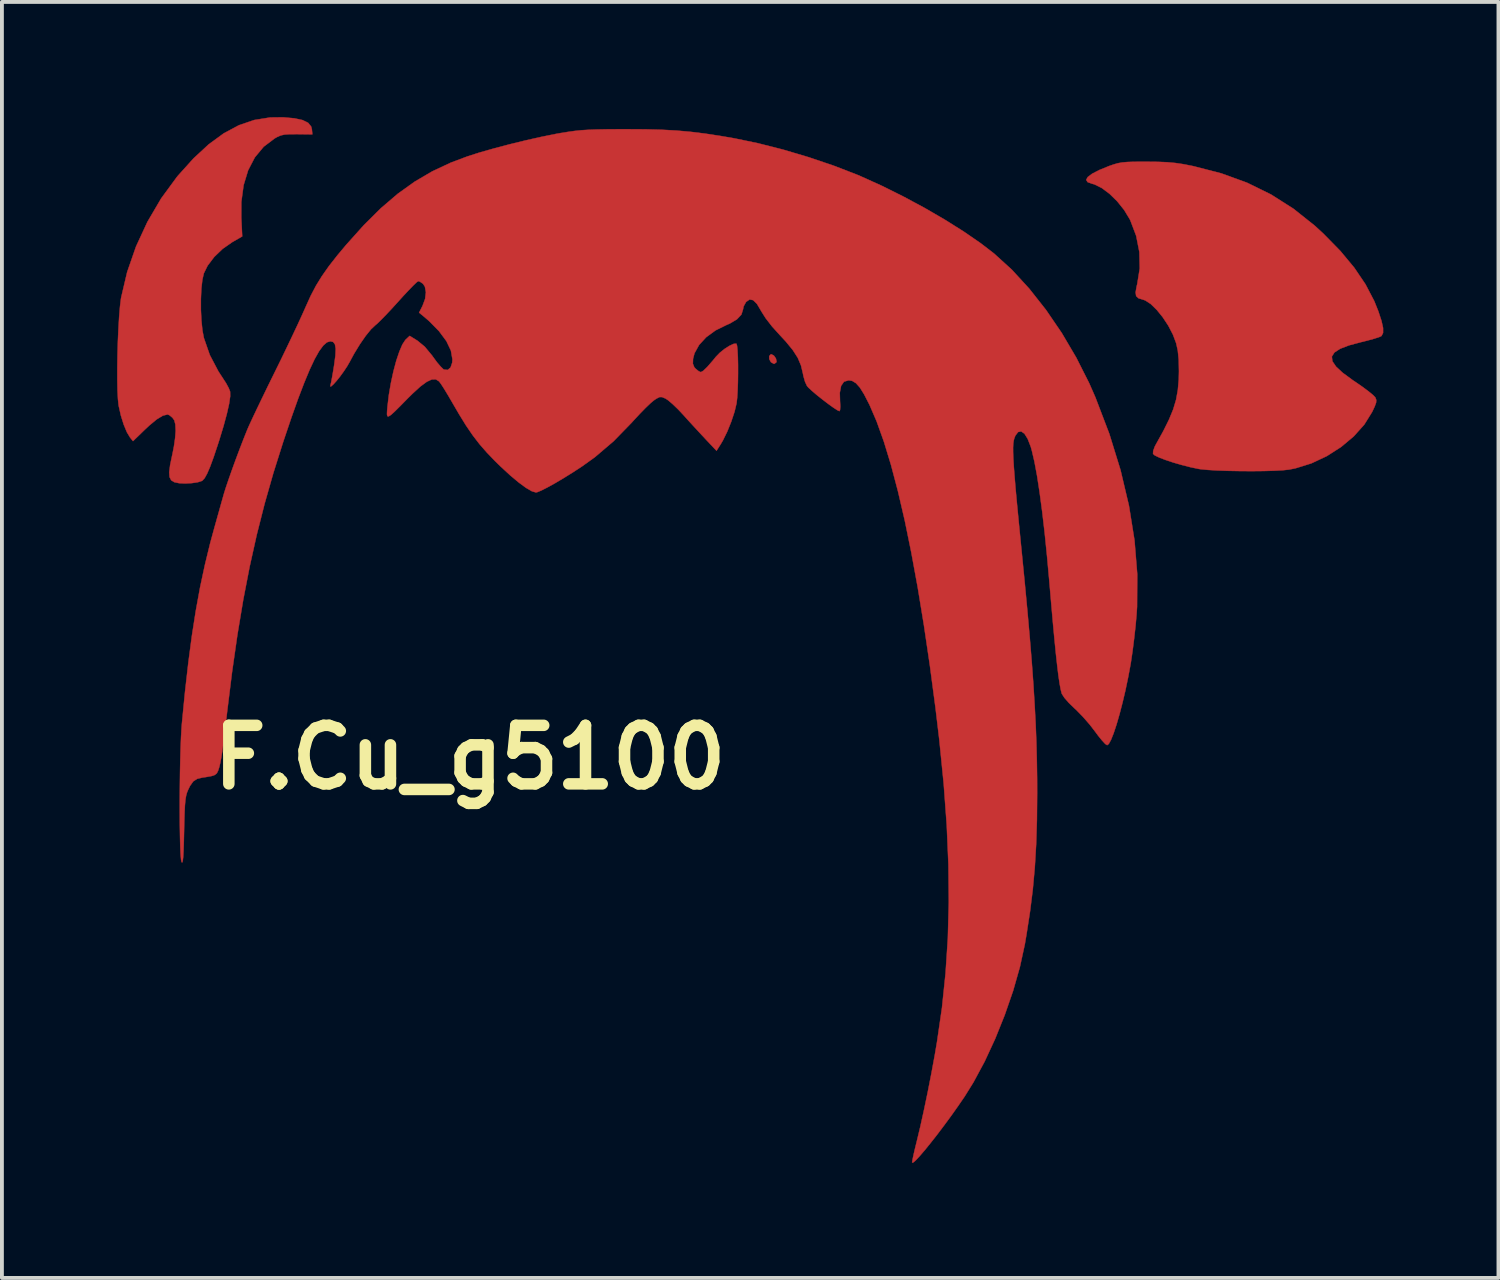
<source format=kicad_pcb>
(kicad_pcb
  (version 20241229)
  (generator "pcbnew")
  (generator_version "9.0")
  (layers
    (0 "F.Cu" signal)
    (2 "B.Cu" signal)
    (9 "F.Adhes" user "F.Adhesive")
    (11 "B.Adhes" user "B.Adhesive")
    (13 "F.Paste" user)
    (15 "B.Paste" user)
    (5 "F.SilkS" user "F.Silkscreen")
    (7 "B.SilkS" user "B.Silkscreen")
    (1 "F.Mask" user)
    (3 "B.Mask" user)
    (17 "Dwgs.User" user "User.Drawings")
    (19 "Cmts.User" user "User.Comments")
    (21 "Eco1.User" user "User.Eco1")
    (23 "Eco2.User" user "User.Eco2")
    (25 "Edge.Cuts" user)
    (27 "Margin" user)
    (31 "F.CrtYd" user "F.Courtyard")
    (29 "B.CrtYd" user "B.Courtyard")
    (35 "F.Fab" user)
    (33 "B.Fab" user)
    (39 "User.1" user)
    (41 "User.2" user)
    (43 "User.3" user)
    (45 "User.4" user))
  (footprint "F.Cu_g5100"
    (layer "F.Cu")
    (at 9.187 16.675)
    (property "Reference" "F.Cu_g5100" (at 0 0 0) (layer "F.SilkS") (effects (font (size 1.524 1.524) (thickness 0.3))))
    (attr through_hole)
    (fp_poly (pts (xy 7.918 -10.464) (xy 7.971 -10.388) (xy 7.987 -10.308) (xy 7.979 -10.286) (xy 7.923 -10.247) (xy 7.848 -10.288) (xy 7.84 -10.295) (xy 7.797 -10.373) (xy 7.796 -10.451) (xy 7.836 -10.496) (xy 7.851 -10.499) (xy 7.918 -10.464)) (stroke (width 0.01) (type solid)) (fill yes) (layer "F.Cu"))
    (fp_poly (pts (xy -4.572 -16.644) (xy -4.356 -16.597) (xy -4.212 -16.526) (xy -4.133 -16.429) (xy -4.115 -16.358) (xy -4.102 -16.226) (xy -4.496 -16.231) (xy -4.689 -16.23) (xy -4.824 -16.221) (xy -4.925 -16.198) (xy -5.02 -16.157) (xy -5.086 -16.119) (xy -5.37 -15.904) (xy -5.6 -15.627) (xy -5.775 -15.291) (xy -5.893 -14.902) (xy -5.952 -14.465) (xy -5.953 -14.055) (xy -5.929 -13.568) (xy -6.187 -13.42) (xy -6.438 -13.245) (xy -6.658 -13.034) (xy -6.831 -12.805) (xy -6.929 -12.605) (xy -6.967 -12.437) (xy -6.993 -12.208) (xy -7.005 -11.94) (xy -7.005 -11.654) (xy -6.991 -11.374) (xy -6.965 -11.12) (xy -6.927 -10.922) (xy -6.773 -10.479) (xy -6.548 -10.051) (xy -6.444 -9.892) (xy -6.352 -9.75) (xy -6.28 -9.617) (xy -6.244 -9.526) (xy -6.242 -9.404) (xy -6.27 -9.211) (xy -6.328 -8.953) (xy -6.413 -8.637) (xy -6.525 -8.268) (xy -6.566 -8.141) (xy -6.674 -7.818) (xy -6.765 -7.57) (xy -6.842 -7.391) (xy -6.908 -7.272) (xy -6.967 -7.208) (xy -6.98 -7.2) (xy -7.086 -7.166) (xy -7.242 -7.143) (xy -7.415 -7.134) (xy -7.572 -7.141) (xy -7.577 -7.142) (xy -7.698 -7.168) (xy -7.778 -7.217) (xy -7.821 -7.301) (xy -7.83 -7.429) (xy -7.806 -7.615) (xy -7.753 -7.869) (xy -7.747 -7.895) (xy -7.707 -8.099) (xy -7.677 -8.309) (xy -7.663 -8.485) (xy -7.662 -8.511) (xy -7.67 -8.673) (xy -7.697 -8.778) (xy -7.747 -8.848) (xy -7.822 -8.91) (xy -7.871 -8.932) (xy -7.997 -8.9) (xy -8.157 -8.803) (xy -8.357 -8.637) (xy -8.461 -8.539) (xy -8.773 -8.237) (xy -8.85 -8.332) (xy -8.933 -8.47) (xy -9.015 -8.668) (xy -9.089 -8.904) (xy -9.145 -9.153) (xy -9.148 -9.169) (xy -9.165 -9.329) (xy -9.177 -9.557) (xy -9.182 -9.837) (xy -9.182 -10.155) (xy -9.177 -10.494) (xy -9.167 -10.837) (xy -9.152 -11.17) (xy -9.134 -11.477) (xy -9.112 -11.741) (xy -9.087 -11.947) (xy -9.081 -11.98) (xy -8.925 -12.642) (xy -8.695 -13.304) (xy -8.397 -13.948) (xy -8.04 -14.557) (xy -7.631 -15.115) (xy -7.598 -15.155) (xy -7.196 -15.601) (xy -6.802 -15.966) (xy -6.41 -16.252) (xy -6.016 -16.463) (xy -5.615 -16.6) (xy -5.202 -16.666) (xy -4.865 -16.67) (xy -4.572 -16.644)) (stroke (width 0.01) (type solid)) (fill yes) (layer "F.Cu"))
    (fp_poly (pts (xy 17.632 -15.513) (xy 17.925 -15.51) (xy 18.162 -15.5) (xy 18.368 -15.481) (xy 18.573 -15.451) (xy 18.803 -15.406) (xy 18.841 -15.398) (xy 19.57 -15.21) (xy 20.242 -14.966) (xy 20.865 -14.66) (xy 21.449 -14.289) (xy 22.004 -13.847) (xy 22.23 -13.639) (xy 22.67 -13.19) (xy 23.033 -12.753) (xy 23.325 -12.321) (xy 23.553 -11.885) (xy 23.66 -11.618) (xy 23.742 -11.368) (xy 23.783 -11.184) (xy 23.783 -11.056) (xy 23.743 -10.977) (xy 23.736 -10.971) (xy 23.675 -10.944) (xy 23.549 -10.904) (xy 23.379 -10.857) (xy 23.209 -10.815) (xy 22.895 -10.731) (xy 22.664 -10.642) (xy 22.516 -10.546) (xy 22.449 -10.439) (xy 22.463 -10.317) (xy 22.559 -10.176) (xy 22.734 -10.014) (xy 22.99 -9.826) (xy 23.065 -9.776) (xy 23.244 -9.652) (xy 23.4 -9.536) (xy 23.517 -9.44) (xy 23.58 -9.376) (xy 23.583 -9.37) (xy 23.606 -9.308) (xy 23.601 -9.237) (xy 23.563 -9.134) (xy 23.498 -8.996) (xy 23.294 -8.668) (xy 23.019 -8.361) (xy 22.689 -8.084) (xy 22.317 -7.846) (xy 21.916 -7.658) (xy 21.502 -7.529) (xy 21.332 -7.495) (xy 21.171 -7.478) (xy 20.944 -7.466) (xy 20.669 -7.458) (xy 20.365 -7.455) (xy 20.048 -7.457) (xy 19.738 -7.463) (xy 19.452 -7.473) (xy 19.209 -7.488) (xy 19.026 -7.506) (xy 18.981 -7.513) (xy 18.766 -7.558) (xy 18.54 -7.616) (xy 18.318 -7.68) (xy 18.116 -7.747) (xy 17.95 -7.811) (xy 17.836 -7.866) (xy 17.792 -7.905) (xy 17.796 -7.982) (xy 17.837 -8.095) (xy 17.864 -8.146) (xy 18.058 -8.496) (xy 18.207 -8.796) (xy 18.317 -9.063) (xy 18.392 -9.314) (xy 18.438 -9.568) (xy 18.462 -9.84) (xy 18.467 -10.054) (xy 18.461 -10.354) (xy 18.437 -10.594) (xy 18.394 -10.788) (xy 18.31 -11.012) (xy 18.191 -11.241) (xy 18.047 -11.46) (xy 17.891 -11.653) (xy 17.735 -11.806) (xy 17.59 -11.901) (xy 17.526 -11.923) (xy 17.413 -11.957) (xy 17.352 -12.015) (xy 17.338 -12.111) (xy 17.365 -12.265) (xy 17.38 -12.326) (xy 17.446 -12.735) (xy 17.436 -13.161) (xy 17.353 -13.584) (xy 17.2 -13.987) (xy 17.184 -14.018) (xy 17.04 -14.256) (xy 16.86 -14.481) (xy 16.66 -14.677) (xy 16.456 -14.829) (xy 16.264 -14.924) (xy 16.204 -14.94) (xy 16.088 -14.982) (xy 16.051 -15.041) (xy 16.092 -15.115) (xy 16.208 -15.202) (xy 16.397 -15.299) (xy 16.644 -15.4) (xy 16.768 -15.443) (xy 16.876 -15.474) (xy 16.987 -15.494) (xy 17.121 -15.506) (xy 17.295 -15.512) (xy 17.529 -15.513) (xy 17.632 -15.513)) (stroke (width 0.01) (type solid)) (fill yes) (layer "F.Cu"))
    (fp_poly (pts (xy 4.57 -16.357) (xy 4.994 -16.346) (xy 5.379 -16.325) (xy 5.748 -16.292) (xy 6.124 -16.246) (xy 6.53 -16.184) (xy 6.879 -16.124) (xy 7.497 -15.996) (xy 8.156 -15.829) (xy 8.826 -15.63) (xy 9.478 -15.409) (xy 10.084 -15.175) (xy 10.178 -15.135) (xy 10.729 -14.886) (xy 11.288 -14.608) (xy 11.841 -14.311) (xy 12.371 -14.003) (xy 12.864 -13.693) (xy 13.305 -13.389) (xy 13.652 -13.122) (xy 14.114 -12.702) (xy 14.567 -12.209) (xy 15.004 -11.655) (xy 15.415 -11.053) (xy 15.792 -10.413) (xy 16.128 -9.748) (xy 16.291 -9.377) (xy 16.655 -8.423) (xy 16.946 -7.481) (xy 17.165 -6.555) (xy 17.31 -5.65) (xy 17.381 -4.771) (xy 17.376 -3.922) (xy 17.363 -3.722) (xy 17.337 -3.425) (xy 17.3 -3.095) (xy 17.259 -2.77) (xy 17.217 -2.486) (xy 17.21 -2.441) (xy 17.146 -2.096) (xy 17.075 -1.755) (xy 16.998 -1.428) (xy 16.919 -1.124) (xy 16.841 -0.855) (xy 16.766 -0.629) (xy 16.698 -0.458) (xy 16.64 -0.351) (xy 16.597 -0.318) (xy 16.548 -0.35) (xy 16.466 -0.438) (xy 16.362 -0.566) (xy 16.29 -0.664) (xy 16.142 -0.856) (xy 15.966 -1.057) (xy 15.794 -1.234) (xy 15.748 -1.276) (xy 15.599 -1.42) (xy 15.484 -1.552) (xy 15.418 -1.654) (xy 15.412 -1.67) (xy 15.386 -1.773) (xy 15.359 -1.922) (xy 15.329 -2.122) (xy 15.298 -2.376) (xy 15.263 -2.691) (xy 15.225 -3.071) (xy 15.183 -3.521) (xy 15.137 -4.046) (xy 15.092 -4.572) (xy 15.032 -5.232) (xy 14.97 -5.844) (xy 14.905 -6.403) (xy 14.838 -6.902) (xy 14.771 -7.337) (xy 14.703 -7.702) (xy 14.636 -7.989) (xy 14.608 -8.089) (xy 14.528 -8.295) (xy 14.444 -8.43) (xy 14.358 -8.49) (xy 14.278 -8.474) (xy 14.206 -8.379) (xy 14.178 -8.307) (xy 14.163 -8.248) (xy 14.152 -8.171) (xy 14.147 -8.07) (xy 14.148 -7.94) (xy 14.154 -7.773) (xy 14.167 -7.563) (xy 14.187 -7.304) (xy 14.213 -6.989) (xy 14.248 -6.612) (xy 14.291 -6.167) (xy 14.342 -5.648) (xy 14.371 -5.358) (xy 14.452 -4.538) (xy 14.522 -3.794) (xy 14.582 -3.115) (xy 14.633 -2.493) (xy 14.675 -1.918) (xy 14.708 -1.382) (xy 14.735 -0.875) (xy 14.754 -0.388) (xy 14.766 0.087) (xy 14.773 0.561) (xy 14.774 0.931) (xy 14.768 1.631) (xy 14.748 2.268) (xy 14.713 2.863) (xy 14.661 3.435) (xy 14.59 4.006) (xy 14.499 4.597) (xy 14.453 4.868) (xy 14.325 5.457) (xy 14.149 6.076) (xy 13.931 6.706) (xy 13.681 7.328) (xy 13.407 7.92) (xy 13.115 8.462) (xy 12.889 8.826) (xy 12.72 9.073) (xy 12.541 9.326) (xy 12.358 9.575) (xy 12.178 9.814) (xy 12.006 10.033) (xy 11.851 10.225) (xy 11.717 10.381) (xy 11.613 10.493) (xy 11.544 10.552) (xy 11.517 10.551) (xy 11.517 10.549) (xy 11.526 10.488) (xy 11.552 10.364) (xy 11.591 10.194) (xy 11.639 9.999) (xy 11.73 9.62) (xy 11.827 9.181) (xy 11.926 8.707) (xy 12.021 8.222) (xy 12.108 7.75) (xy 12.166 7.408) (xy 12.295 6.522) (xy 12.388 5.626) (xy 12.448 4.711) (xy 12.473 3.768) (xy 12.463 2.789) (xy 12.419 1.765) (xy 12.34 0.687) (xy 12.226 -0.454) (xy 12.127 -1.285) (xy 11.979 -2.4) (xy 11.824 -3.448) (xy 11.663 -4.428) (xy 11.496 -5.337) (xy 11.325 -6.173) (xy 11.148 -6.934) (xy 10.967 -7.619) (xy 10.782 -8.225) (xy 10.594 -8.75) (xy 10.403 -9.193) (xy 10.395 -9.207) (xy 10.267 -9.456) (xy 10.157 -9.632) (xy 10.055 -9.746) (xy 9.956 -9.806) (xy 9.864 -9.821) (xy 9.744 -9.785) (xy 9.668 -9.676) (xy 9.634 -9.494) (xy 9.64 -9.28) (xy 9.647 -9.144) (xy 9.641 -9.049) (xy 9.626 -9.017) (xy 9.569 -9.043) (xy 9.465 -9.111) (xy 9.329 -9.209) (xy 9.18 -9.323) (xy 9.033 -9.44) (xy 8.905 -9.549) (xy 8.813 -9.635) (xy 8.78 -9.674) (xy 8.729 -9.783) (xy 8.687 -9.93) (xy 8.674 -9.997) (xy 8.624 -10.207) (xy 8.54 -10.406) (xy 8.41 -10.609) (xy 8.226 -10.833) (xy 8.083 -10.987) (xy 7.873 -11.219) (xy 7.704 -11.437) (xy 7.588 -11.621) (xy 7.584 -11.629) (xy 7.477 -11.81) (xy 7.378 -11.908) (xy 7.286 -11.926) (xy 7.197 -11.864) (xy 7.189 -11.854) (xy 7.131 -11.749) (xy 7.112 -11.661) (xy 7.071 -11.532) (xy 6.954 -11.408) (xy 6.768 -11.298) (xy 6.689 -11.264) (xy 6.4 -11.122) (xy 6.156 -10.944) (xy 5.97 -10.742) (xy 5.85 -10.525) (xy 5.812 -10.38) (xy 5.808 -10.251) (xy 5.844 -10.162) (xy 5.879 -10.123) (xy 5.958 -10.058) (xy 6.015 -10.033) (xy 6.078 -10.068) (xy 6.185 -10.171) (xy 6.331 -10.339) (xy 6.408 -10.434) (xy 6.508 -10.537) (xy 6.632 -10.637) (xy 6.759 -10.718) (xy 6.868 -10.769) (xy 6.938 -10.776) (xy 6.941 -10.775) (xy 6.958 -10.724) (xy 6.97 -10.605) (xy 6.979 -10.433) (xy 6.984 -10.226) (xy 6.984 -10) (xy 6.981 -9.771) (xy 6.973 -9.554) (xy 6.962 -9.368) (xy 6.946 -9.227) (xy 6.945 -9.221) (xy 6.893 -9.002) (xy 6.808 -8.746) (xy 6.703 -8.485) (xy 6.59 -8.255) (xy 6.538 -8.166) (xy 6.424 -7.986) (xy 6.165 -8.26) (xy 6.024 -8.411) (xy 5.852 -8.597) (xy 5.675 -8.79) (xy 5.571 -8.906) (xy 5.426 -9.061) (xy 5.285 -9.197) (xy 5.167 -9.298) (xy 5.097 -9.345) (xy 5.007 -9.383) (xy 4.94 -9.384) (xy 4.86 -9.344) (xy 4.793 -9.299) (xy 4.706 -9.226) (xy 4.578 -9.104) (xy 4.426 -8.948) (xy 4.264 -8.774) (xy 4.216 -8.72) (xy 3.744 -8.235) (xy 3.253 -7.817) (xy 2.928 -7.584) (xy 2.685 -7.425) (xy 2.444 -7.275) (xy 2.218 -7.141) (xy 2.019 -7.031) (xy 1.859 -6.95) (xy 1.751 -6.906) (xy 1.72 -6.9) (xy 1.614 -6.932) (xy 1.461 -7.021) (xy 1.268 -7.163) (xy 1.043 -7.352) (xy 0.795 -7.581) (xy 0.652 -7.721) (xy 0.439 -7.943) (xy 0.251 -8.159) (xy 0.077 -8.385) (xy -0.097 -8.639) (xy -0.282 -8.939) (xy -0.463 -9.25) (xy -0.571 -9.435) (xy -0.67 -9.599) (xy -0.751 -9.724) (xy -0.803 -9.793) (xy -0.804 -9.794) (xy -0.887 -9.846) (xy -0.992 -9.843) (xy -1.123 -9.782) (xy -1.289 -9.66) (xy -1.493 -9.473) (xy -1.609 -9.359) (xy -1.807 -9.157) (xy -1.953 -9.012) (xy -2.053 -8.921) (xy -2.116 -8.88) (xy -2.149 -8.887) (xy -2.159 -8.937) (xy -2.155 -9.029) (xy -2.145 -9.144) (xy -2.109 -9.446) (xy -2.056 -9.754) (xy -1.991 -10.053) (xy -1.917 -10.33) (xy -1.837 -10.568) (xy -1.758 -10.753) (xy -1.681 -10.871) (xy -1.672 -10.88) (xy -1.568 -10.978) (xy -1.366 -10.853) (xy -1.175 -10.696) (xy -0.983 -10.464) (xy -0.962 -10.434) (xy -0.858 -10.292) (xy -0.761 -10.178) (xy -0.689 -10.108) (xy -0.674 -10.1) (xy -0.576 -10.091) (xy -0.502 -10.155) (xy -0.46 -10.28) (xy -0.454 -10.367) (xy -0.494 -10.595) (xy -0.611 -10.841) (xy -0.802 -11.099) (xy -1.061 -11.363) (xy -1.201 -11.483) (xy -1.323 -11.583) (xy -1.233 -11.759) (xy -1.166 -11.94) (xy -1.145 -12.114) (xy -1.171 -12.259) (xy -1.22 -12.334) (xy -1.298 -12.388) (xy -1.344 -12.404) (xy -1.386 -12.374) (xy -1.474 -12.29) (xy -1.596 -12.164) (xy -1.744 -12.006) (xy -1.862 -11.875) (xy -2.029 -11.691) (xy -2.186 -11.524) (xy -2.32 -11.387) (xy -2.419 -11.291) (xy -2.458 -11.259) (xy -2.574 -11.15) (xy -2.713 -10.979) (xy -2.864 -10.761) (xy -3.017 -10.51) (xy -3.127 -10.306) (xy -3.198 -10.183) (xy -3.285 -10.052) (xy -3.379 -9.922) (xy -3.471 -9.807) (xy -3.551 -9.718) (xy -3.609 -9.665) (xy -3.636 -9.662) (xy -3.629 -9.699) (xy -3.613 -9.768) (xy -3.588 -9.899) (xy -3.558 -10.073) (xy -3.535 -10.215) (xy -3.502 -10.465) (xy -3.494 -10.643) (xy -3.514 -10.758) (xy -3.561 -10.82) (xy -3.634 -10.837) (xy -3.723 -10.81) (xy -3.82 -10.725) (xy -3.926 -10.581) (xy -4.043 -10.373) (xy -4.172 -10.099) (xy -4.315 -9.755) (xy -4.474 -9.339) (xy -4.649 -8.847) (xy -4.842 -8.276) (xy -4.863 -8.213) (xy -5.117 -7.409) (xy -5.345 -6.609) (xy -5.55 -5.8) (xy -5.735 -4.969) (xy -5.902 -4.105) (xy -6.054 -3.194) (xy -6.193 -2.225) (xy -6.322 -1.184) (xy -6.329 -1.122) (xy -6.374 -0.741) (xy -6.411 -0.435) (xy -6.444 -0.193) (xy -6.472 -0.005) (xy -6.499 0.139) (xy -6.525 0.248) (xy -6.552 0.334) (xy -6.557 0.348) (xy -6.59 0.413) (xy -6.642 0.457) (xy -6.731 0.487) (xy -6.878 0.513) (xy -6.957 0.524) (xy -7.101 0.558) (xy -7.204 0.624) (xy -7.288 0.743) (xy -7.339 0.847) (xy -7.369 0.921) (xy -7.391 1.003) (xy -7.408 1.108) (xy -7.421 1.247) (xy -7.43 1.434) (xy -7.438 1.683) (xy -7.443 1.923) (xy -7.45 2.226) (xy -7.458 2.451) (xy -7.467 2.607) (xy -7.478 2.7) (xy -7.492 2.737) (xy -7.509 2.727) (xy -7.522 2.661) (xy -7.534 2.522) (xy -7.543 2.319) (xy -7.549 2.065) (xy -7.554 1.77) (xy -7.556 1.444) (xy -7.556 1.1) (xy -7.553 0.747) (xy -7.549 0.397) (xy -7.542 0.06) (xy -7.533 -0.253) (xy -7.522 -0.53) (xy -7.509 -0.76) (xy -7.501 -0.868) (xy -7.419 -1.706) (xy -7.332 -2.47) (xy -7.239 -3.172) (xy -7.137 -3.824) (xy -7.025 -4.436) (xy -6.9 -5.019) (xy -6.762 -5.585) (xy -6.663 -5.948) (xy -6.594 -6.195) (xy -6.527 -6.433) (xy -6.469 -6.641) (xy -6.424 -6.8) (xy -6.408 -6.858) (xy -6.361 -7.009) (xy -6.29 -7.219) (xy -6.202 -7.47) (xy -6.103 -7.743) (xy -6 -8.018) (xy -5.9 -8.277) (xy -5.811 -8.5) (xy -5.79 -8.551) (xy -5.737 -8.671) (xy -5.652 -8.854) (xy -5.542 -9.086) (xy -5.412 -9.356) (xy -5.269 -9.651) (xy -5.118 -9.958) (xy -5.081 -10.033) (xy -4.923 -10.354) (xy -4.766 -10.68) (xy -4.616 -10.994) (xy -4.481 -11.28) (xy -4.369 -11.524) (xy -4.286 -11.71) (xy -4.279 -11.726) (xy -4.147 -12.018) (xy -4.009 -12.282) (xy -3.853 -12.535) (xy -3.669 -12.797) (xy -3.444 -13.083) (xy -3.222 -13.348) (xy -2.762 -13.861) (xy -2.318 -14.302) (xy -1.88 -14.677) (xy -1.436 -14.995) (xy -0.977 -15.264) (xy -0.492 -15.491) (xy -0.068 -15.65) (xy 0.244 -15.75) (xy 0.616 -15.856) (xy 1.024 -15.964) (xy 1.444 -16.067) (xy 1.853 -16.159) (xy 2.227 -16.235) (xy 2.371 -16.261) (xy 2.559 -16.291) (xy 2.731 -16.315) (xy 2.903 -16.333) (xy 3.091 -16.345) (xy 3.309 -16.353) (xy 3.573 -16.358) (xy 3.9 -16.36) (xy 4.085 -16.36) (xy 4.57 -16.357)) (stroke (width 0.01) (type solid)) (fill yes) (layer "F.Cu")))
  (gr_rect
    (start -3 -3)
    (end 35.975 30.232)
    (stroke (width 0.1) (type default))
    (fill no)
    (layer "Edge.Cuts")))
</source>
